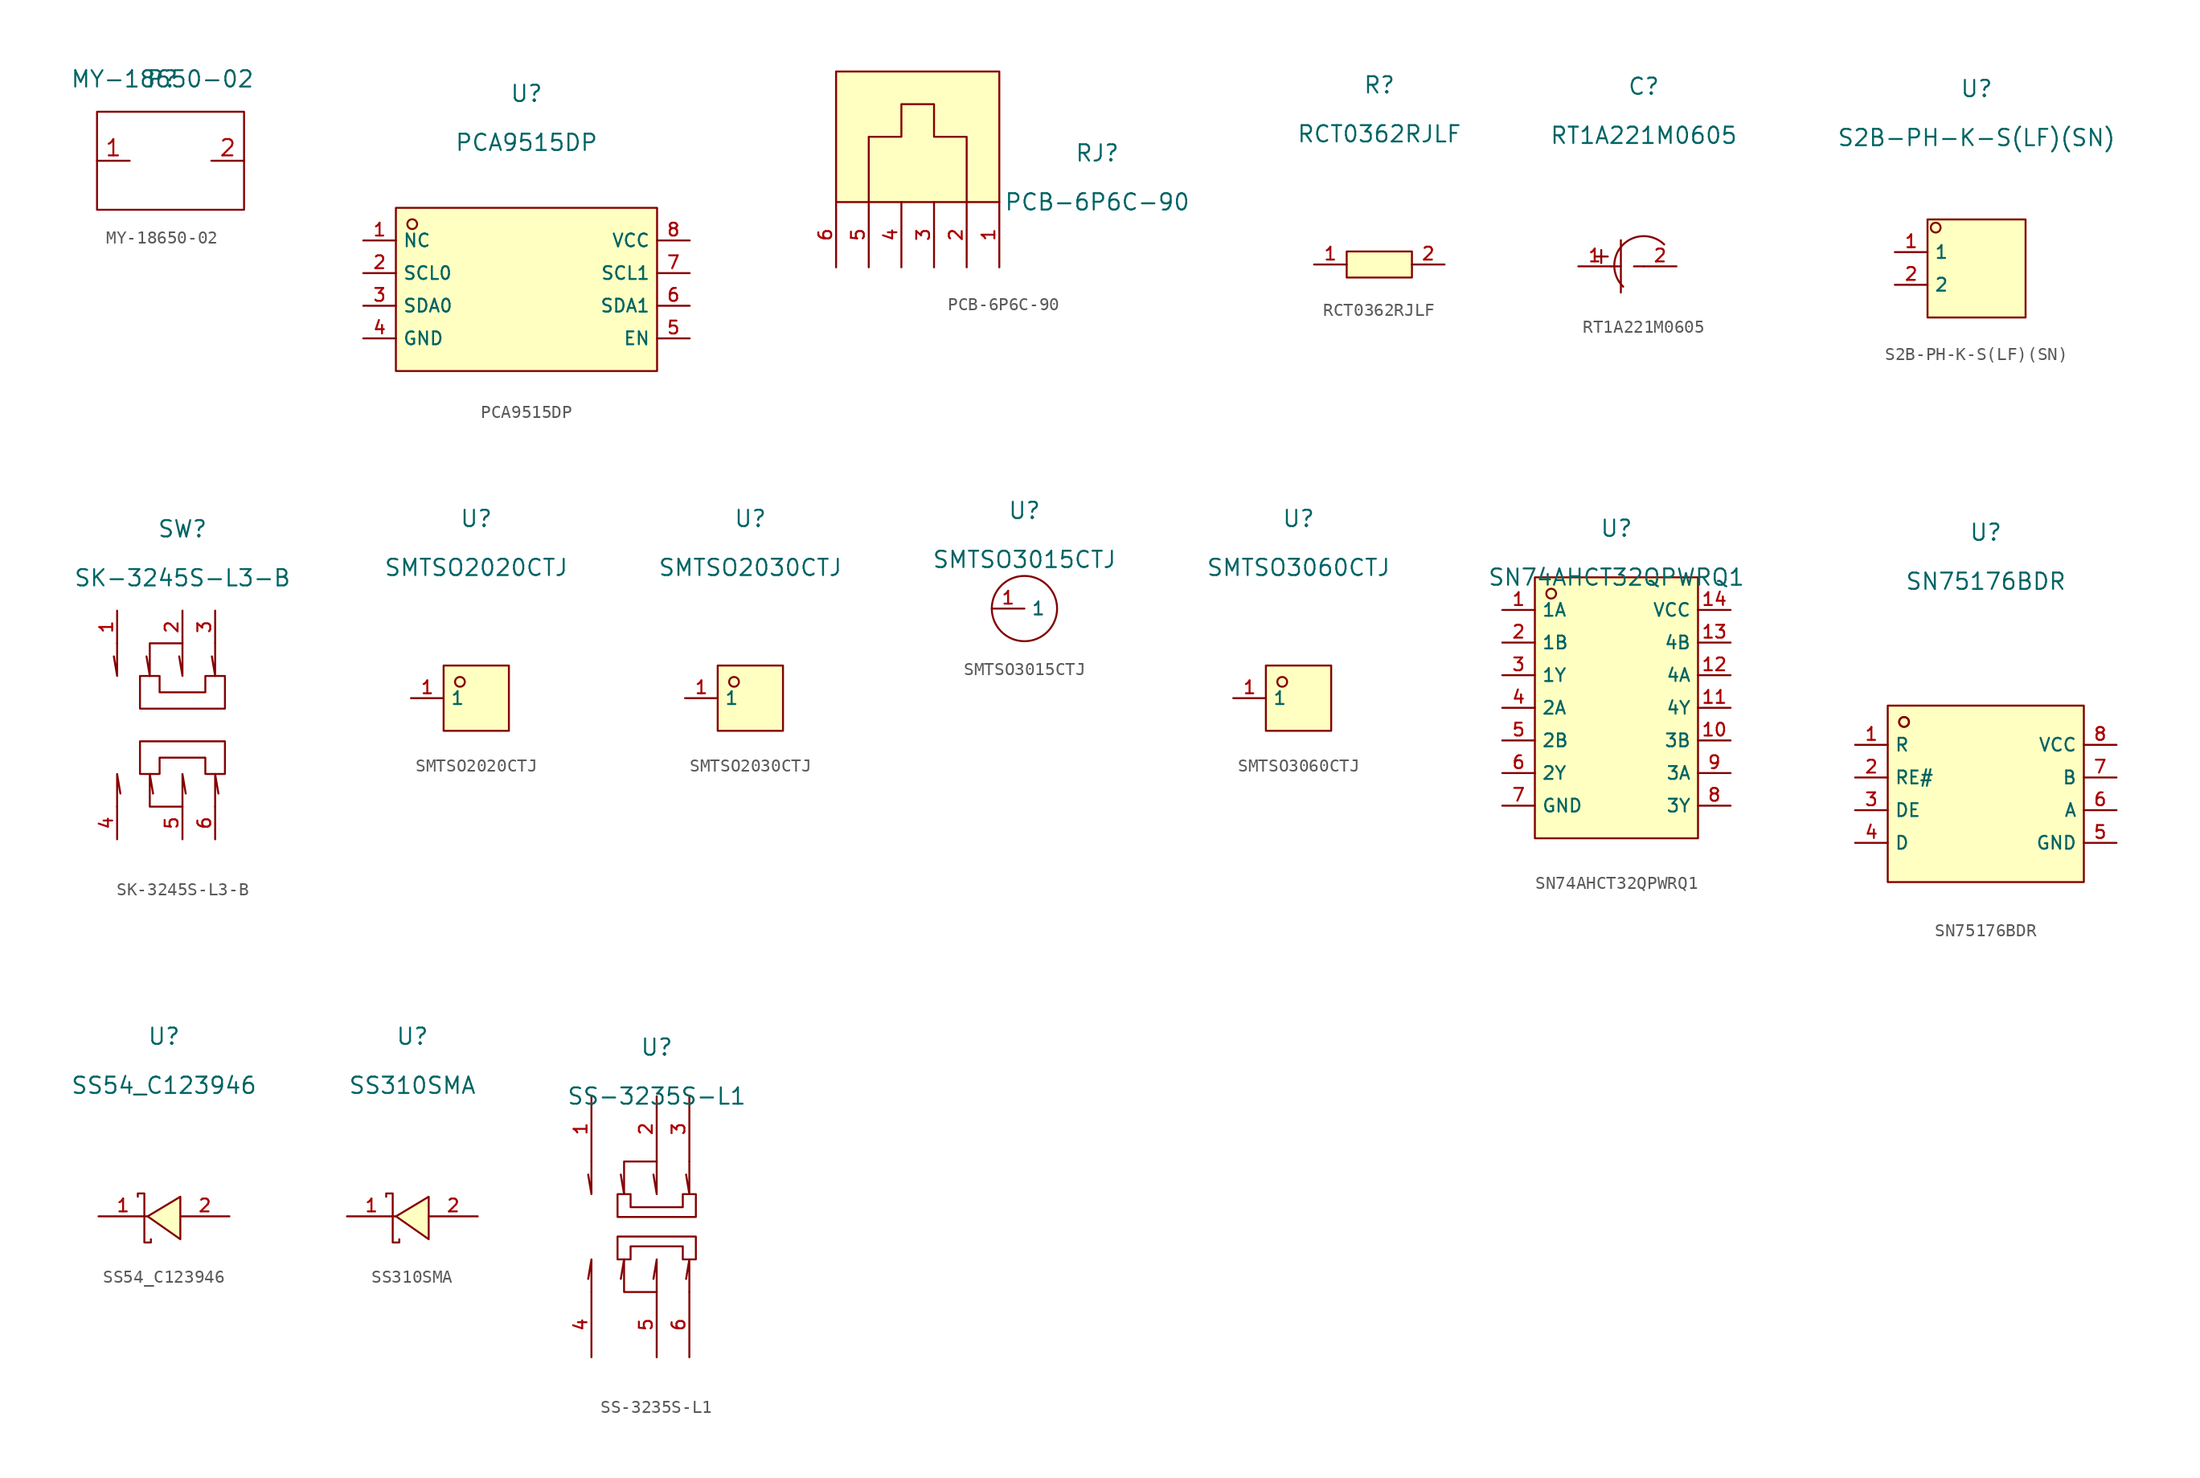
<source format=kicad_sym>
(kicad_symbol_lib
  (version 20211014)
  (generator kicad_symbol_editor)
  (symbol "MY-18650-02"
    (property "Reference" "P"
      (at 0 0 0)
      (effects (font (size 1.27 1.27))))
    (property "Value" "MY-18650-02"
      (at 0 0 0)
      (effects (font (size 1.27 1.27))))
    (symbol "MY-18650-02_0_1"
      (rectangle (start -5.08 -2.54) (end 6.35 -10.16) (stroke (width 0.152) (type default) (color 0 0 0 0)) (fill (type none))))
    (symbol "MY-18650-02_1_1"
      (pin bidirectional line (at -5.08 -6.35 0) (length 2.54) (name "" (effects (font (size 1.27 1.27)))) (number "1" (effects (font (size 1.27 1.27)))))
      (pin bidirectional line (at 6.35 -6.35 180) (length 2.54) (name "" (effects (font (size 1.27 1.27)))) (number "2" (effects (font (size 1.27 1.27)))))))
  (symbol "PCA9515DP"
    (property "Reference" "U"
      (at 0 1.27 0)
      (effects (font (size 1.27 1.27))))
    (property "Value" "PCA9515DP"
      (at 0 -2.54 0)
      (effects (font (size 1.27 1.27))))
    (symbol "PCA9515DP_0_0"
      (rectangle (start -10.16 -7.62) (end 10.16 -20.32) (stroke (width 0) (type default) (color 0 0 0 0)) (fill (type background)))
      (circle (center -8.89 -8.89) (radius 0.381) (stroke (width 0) (type default) (color 0 0 0 0)) (fill (type background)))
      (pin unspecified line (at -12.7 -10.16 0) (length 2.54) (name "NC" (effects (font (size 1 1)))) (number "1" (effects (font (size 1 1)))))
      (pin unspecified line (at -12.7 -12.7 0) (length 2.54) (name "SCL0" (effects (font (size 1 1)))) (number "2" (effects (font (size 1 1)))))
      (pin unspecified line (at -12.7 -15.24 0) (length 2.54) (name "SDA0" (effects (font (size 1 1)))) (number "3" (effects (font (size 1 1)))))
      (pin unspecified line (at -12.7 -17.78 0) (length 2.54) (name "GND" (effects (font (size 1 1)))) (number "4" (effects (font (size 1 1)))))
      (pin unspecified line (at 12.7 -17.78 180) (length 2.54) (name "EN" (effects (font (size 1 1)))) (number "5" (effects (font (size 1 1)))))
      (pin unspecified line (at 12.7 -15.24 180) (length 2.54) (name "SDA1" (effects (font (size 1 1)))) (number "6" (effects (font (size 1 1)))))
      (pin unspecified line (at 12.7 -12.7 180) (length 2.54) (name "SCL1" (effects (font (size 1 1)))) (number "7" (effects (font (size 1 1)))))
      (pin unspecified line (at 12.7 -10.16 180) (length 2.54) (name "VCC" (effects (font (size 1 1)))) (number "8" (effects (font (size 1 1)))))))
  (symbol "PCB-6P6C-90"
    (pin_names hide)
    (property "Reference" "RJ"
      (at 0 1.27 0)
      (effects (font (size 1.27 1.27))))
    (property "Value" "PCB-6P6C-90"
      (at 0 -2.54 0)
      (effects (font (size 1.27 1.27))))
    (symbol "PCB-6P6C-90_0_0"
      (rectangle (start -20.32 7.62) (end -7.62 -2.54) (stroke (width 0) (type default) (color 0 0 0 0)) (fill (type background)))
      (polyline (pts (xy -10.16 -2.54) (xy -10.16 2.54) (xy -12.7 2.54) (xy -12.7 5.08) (xy -15.24 5.08) (xy -15.24 2.54) (xy -17.78 2.54) (xy -17.78 0) (xy -17.78 -2.54)) (stroke (width 0) (type default) (color 0 0 0 0)) (fill (type none)))
      (pin unspecified line (at -7.62 -7.62 90) (length 5.08) (name "1" (effects (font (size 1 1)))) (number "1" (effects (font (size 1 1)))))
      (pin unspecified line (at -10.16 -7.62 90) (length 5.08) (name "2" (effects (font (size 1 1)))) (number "2" (effects (font (size 1 1)))))
      (pin unspecified line (at -12.7 -7.62 90) (length 5.08) (name "3" (effects (font (size 1 1)))) (number "3" (effects (font (size 1 1)))))
      (pin unspecified line (at -15.24 -7.62 90) (length 5.08) (name "4" (effects (font (size 1 1)))) (number "4" (effects (font (size 1 1)))))
      (pin unspecified line (at -17.78 -7.62 90) (length 5.08) (name "5" (effects (font (size 1 1)))) (number "5" (effects (font (size 1 1)))))
      (pin unspecified line (at -20.32 -7.62 90) (length 5.08) (name "6" (effects (font (size 1 1)))) (number "6" (effects (font (size 1 1)))))))
  (symbol "RCT0362RJLF"
    (pin_names hide)
    (property "Reference" "R"
      (at 0 1.27 0)
      (effects (font (size 1.27 1.27))))
    (property "Value" "RCT0362RJLF"
      (at 0 -2.54 0)
      (effects (font (size 1.27 1.27))))
    (symbol "RCT0362RJLF_0_0"
      (rectangle (start -2.54 -11.684) (end 2.54 -13.716) (stroke (width 0) (type default) (color 0 0 0 0)) (fill (type background)))
      (pin unspecified line (at -5.08 -12.7 0) (length 2.54) (name "1" (effects (font (size 1 1)))) (number "1" (effects (font (size 1 1)))))
      (pin unspecified line (at 5.08 -12.7 180) (length 2.54) (name "2" (effects (font (size 1 1)))) (number "2" (effects (font (size 1 1)))))))
  (symbol "RT1A221M0605"
    (pin_names hide)
    (property "Reference" "C"
      (at 0 1.27 0)
      (effects (font (size 1.27 1.27))))
    (property "Value" "RT1A221M0605"
      (at 0 -2.54 0)
      (effects (font (size 1.27 1.27))))
    (symbol "RT1A221M0605_0_0"
      (polyline (pts (xy -3.81 -11.938) (xy -2.794 -11.938)) (stroke (width 0) (type default) (color 0 0 0 0)) (fill (type none)))
      (polyline (pts (xy -3.302 -11.43) (xy -3.302 -12.446)) (stroke (width 0) (type default) (color 0 0 0 0)) (fill (type none)))
      (polyline (pts (xy -2.54 -12.7) (xy -1.778 -12.7)) (stroke (width 0) (type default) (color 0 0 0 0)) (fill (type none)))
      (polyline (pts (xy -1.778 -10.668) (xy -1.778 -14.732)) (stroke (width 0) (type default) (color 0 0 0 0)) (fill (type none)))
      (polyline (pts (xy -0.762 -12.7) (xy 0 -12.7)) (stroke (width 0) (type default) (color 0 0 0 0)) (fill (type none)))
      (arc (start 1.5865 -10.9977) (mid -1.646 -11.0494) (end -1.5944 -14.2819) (stroke (width 0) (type default) (color 0 0 0 0)) (fill (type none)))
      (pin input line (at -5.08 -12.7 0) (length 2.54) (name "1" (effects (font (size 1 1)))) (number "1" (effects (font (size 1 1)))))
      (pin input line (at 2.54 -12.7 180) (length 2.54) (name "2" (effects (font (size 1 1)))) (number "2" (effects (font (size 1 1)))))))
  (symbol "S2B-PH-K-S(LF)(SN)"
    (property "Reference" "U"
      (at 0 1.27 0)
      (effects (font (size 1.27 1.27))))
    (property "Value" "S2B-PH-K-S(LF)(SN)"
      (at 0 -2.54 0)
      (effects (font (size 1.27 1.27))))
    (symbol "S2B-PH-K-S(LF)(SN)_0_0"
      (rectangle (start -3.81 -8.89) (end 3.81 -16.51) (stroke (width 0) (type default) (color 0 0 0 0)) (fill (type background)))
      (circle (center -3.175 -9.525) (radius 0.381) (stroke (width 0) (type default) (color 0 0 0 0)) (fill (type background)))
      (pin unspecified line (at -6.35 -11.43 0) (length 2.54) (name "1" (effects (font (size 1 1)))) (number "1" (effects (font (size 1 1)))))
      (pin unspecified line (at -6.35 -13.97 0) (length 2.54) (name "2" (effects (font (size 1 1)))) (number "2" (effects (font (size 1 1)))))))
  (symbol "SK-3245S-L3-B"
    (pin_names hide)
    (property "Reference" "SW"
      (at 0 1.27 0)
      (effects (font (size 1.27 1.27))))
    (property "Value" "SK-3245S-L3-B"
      (at 0 -2.54 0)
      (effects (font (size 1.27 1.27))))
    (symbol "SK-3245S-L3-B_0_0"
      (polyline (pts (xy -5.08 -20.32) (xy -5.08 -17.78) (xy -4.826 -19.304)) (stroke (width 0) (type default) (color 0 0 0 0)) (fill (type none)))
      (polyline (pts (xy -5.08 -7.62) (xy -5.08 -10.16) (xy -5.334 -8.636)) (stroke (width 0) (type default) (color 0 0 0 0)) (fill (type none)))
      (polyline (pts (xy 0 -20.32) (xy 0 -17.78) (xy 0.254 -19.304)) (stroke (width 0) (type default) (color 0 0 0 0)) (fill (type none)))
      (polyline (pts (xy 0 -7.62) (xy 0 -10.16) (xy -0.254 -8.636)) (stroke (width 0) (type default) (color 0 0 0 0)) (fill (type none)))
      (polyline (pts (xy 2.54 -20.32) (xy 2.54 -17.78) (xy 2.794 -19.304)) (stroke (width 0) (type default) (color 0 0 0 0)) (fill (type none)))
      (polyline (pts (xy 2.54 -7.62) (xy 2.54 -10.16) (xy 2.286 -8.636)) (stroke (width 0) (type default) (color 0 0 0 0)) (fill (type none)))
      (polyline (pts (xy 0 -20.32) (xy -2.54 -20.32) (xy -2.54 -17.78) (xy -2.286 -19.304)) (stroke (width 0) (type default) (color 0 0 0 0)) (fill (type none)))
      (polyline (pts (xy 0 -7.62) (xy -2.54 -7.62) (xy -2.54 -10.16) (xy -2.794 -8.636)) (stroke (width 0) (type default) (color 0 0 0 0)) (fill (type none)))
      (polyline (pts (xy -3.302 -11.43) (xy -3.302 -10.16) (xy -1.778 -10.16) (xy -1.778 -11.43) (xy 1.778 -11.43) (xy 1.778 -10.16) (xy 3.302 -10.16) (xy 3.302 -12.7) (xy -3.302 -12.7) (xy -3.302 -11.43)) (stroke (width 0) (type default) (color 0 0 0 0)) (fill (type none)))
      (polyline (pts (xy 3.302 -16.51) (xy 3.302 -17.78) (xy 1.778 -17.78) (xy 1.778 -16.51) (xy -1.778 -16.51) (xy -1.778 -17.78) (xy -3.302 -17.78) (xy -3.302 -15.24) (xy 3.302 -15.24) (xy 3.302 -16.51)) (stroke (width 0) (type default) (color 0 0 0 0)) (fill (type none)))
      (pin unspecified line (at -5.08 -5.08 270) (length 2.54) (name "1" (effects (font (size 1 1)))) (number "1" (effects (font (size 1 1)))))
      (pin unspecified line (at 0 -5.08 270) (length 2.54) (name "2" (effects (font (size 1 1)))) (number "2" (effects (font (size 1 1)))))
      (pin unspecified line (at 2.54 -5.08 270) (length 2.54) (name "3" (effects (font (size 1 1)))) (number "3" (effects (font (size 1 1)))))
      (pin unspecified line (at -5.08 -22.86 90) (length 2.54) (name "4" (effects (font (size 1 1)))) (number "4" (effects (font (size 1 1)))))
      (pin unspecified line (at 0 -22.86 90) (length 2.54) (name "5" (effects (font (size 1 1)))) (number "5" (effects (font (size 1 1)))))
      (pin unspecified line (at 2.54 -22.86 90) (length 2.54) (name "6" (effects (font (size 1 1)))) (number "6" (effects (font (size 1 1)))))))
  (symbol "SMTSO2020CTJ"
    (property "Reference" "U"
      (at 0 1.27 0)
      (effects (font (size 1.27 1.27))))
    (property "Value" "SMTSO2020CTJ"
      (at 0 -2.54 0)
      (effects (font (size 1.27 1.27))))
    (symbol "SMTSO2020CTJ_0_0"
      (rectangle (start -2.54 -10.16) (end 2.54 -15.24) (stroke (width 0) (type default) (color 0 0 0 0)) (fill (type background)))
      (circle (center -1.27 -11.43) (radius 0.381) (stroke (width 0) (type default) (color 0 0 0 0)) (fill (type background)))
      (pin unspecified line (at -5.08 -12.7 0) (length 2.54) (name "1" (effects (font (size 1 1)))) (number "1" (effects (font (size 1 1)))))))
  (symbol "SMTSO2030CTJ"
    (property "Reference" "U"
      (at 0 1.27 0)
      (effects (font (size 1.27 1.27))))
    (property "Value" "SMTSO2030CTJ"
      (at 0 -2.54 0)
      (effects (font (size 1.27 1.27))))
    (symbol "SMTSO2030CTJ_0_0"
      (rectangle (start -2.54 -10.16) (end 2.54 -15.24) (stroke (width 0) (type default) (color 0 0 0 0)) (fill (type background)))
      (circle (center -1.27 -11.43) (radius 0.381) (stroke (width 0) (type default) (color 0 0 0 0)) (fill (type background)))
      (pin unspecified line (at -5.08 -12.7 0) (length 2.54) (name "1" (effects (font (size 1 1)))) (number "1" (effects (font (size 1 1)))))))
  (symbol "SMTSO3015CTJ"
    (property "Reference" "U"
      (at 0 1.27 0)
      (effects (font (size 1.27 1.27))))
    (property "Value" "SMTSO3015CTJ"
      (at 0 -2.54 0)
      (effects (font (size 1.27 1.27))))
    (symbol "SMTSO3015CTJ_0_0"
      (pin unspecified line (at -2.54 -6.35 0) (length 2.54) (name "1" (effects (font (size 1 1)))) (number "1" (effects (font (size 1 1))))))
    (symbol "SMTSO3015CTJ_0_1"
      (circle (center 0 -6.35) (radius 2.54) (stroke (width 0.152) (type default) (color 0 0 0 0)) (fill (type none)))))
  (symbol "SMTSO3060CTJ"
    (property "Reference" "U"
      (at 0 1.27 0)
      (effects (font (size 1.27 1.27))))
    (property "Value" "SMTSO3060CTJ"
      (at 0 -2.54 0)
      (effects (font (size 1.27 1.27))))
    (symbol "SMTSO3060CTJ_0_0"
      (rectangle (start -2.54 -10.16) (end 2.54 -15.24) (stroke (width 0) (type default) (color 0 0 0 0)) (fill (type background)))
      (circle (center -1.27 -11.43) (radius 0.381) (stroke (width 0) (type default) (color 0 0 0 0)) (fill (type background)))
      (pin unspecified line (at -5.08 -12.7 0) (length 2.54) (name "1" (effects (font (size 1 1)))) (number "1" (effects (font (size 1 1)))))))
  (symbol "SN74AHCT32QPWRQ1"
    (property "Reference" "U"
      (at 0 1.27 0)
      (effects (font (size 1.27 1.27))))
    (property "Value" "SN74AHCT32QPWRQ1"
      (at 0 -2.54 0)
      (effects (font (size 1.27 1.27))))
    (symbol "SN74AHCT32QPWRQ1_0_0"
      (rectangle (start -6.35 -2.54) (end 6.35 -22.86) (stroke (width 0) (type default) (color 0 0 0 0)) (fill (type background)))
      (circle (center -5.08 -3.81) (radius 0.381) (stroke (width 0) (type default) (color 0 0 0 0)) (fill (type background)))
      (pin unspecified line (at -8.89 -5.08 0) (length 2.54) (name "1A" (effects (font (size 1 1)))) (number "1" (effects (font (size 1 1)))))
      (pin unspecified line (at 8.89 -15.24 180) (length 2.54) (name "3B" (effects (font (size 1 1)))) (number "10" (effects (font (size 1 1)))))
      (pin unspecified line (at 8.89 -12.7 180) (length 2.54) (name "4Y" (effects (font (size 1 1)))) (number "11" (effects (font (size 1 1)))))
      (pin unspecified line (at 8.89 -10.16 180) (length 2.54) (name "4A" (effects (font (size 1 1)))) (number "12" (effects (font (size 1 1)))))
      (pin unspecified line (at 8.89 -7.62 180) (length 2.54) (name "4B" (effects (font (size 1 1)))) (number "13" (effects (font (size 1 1)))))
      (pin unspecified line (at 8.89 -5.08 180) (length 2.54) (name "VCC" (effects (font (size 1 1)))) (number "14" (effects (font (size 1 1)))))
      (pin unspecified line (at -8.89 -7.62 0) (length 2.54) (name "1B" (effects (font (size 1 1)))) (number "2" (effects (font (size 1 1)))))
      (pin unspecified line (at -8.89 -10.16 0) (length 2.54) (name "1Y" (effects (font (size 1 1)))) (number "3" (effects (font (size 1 1)))))
      (pin unspecified line (at -8.89 -12.7 0) (length 2.54) (name "2A" (effects (font (size 1 1)))) (number "4" (effects (font (size 1 1)))))
      (pin unspecified line (at -8.89 -15.24 0) (length 2.54) (name "2B" (effects (font (size 1 1)))) (number "5" (effects (font (size 1 1)))))
      (pin unspecified line (at -8.89 -17.78 0) (length 2.54) (name "2Y" (effects (font (size 1 1)))) (number "6" (effects (font (size 1 1)))))
      (pin unspecified line (at -8.89 -20.32 0) (length 2.54) (name "GND" (effects (font (size 1 1)))) (number "7" (effects (font (size 1 1)))))
      (pin unspecified line (at 8.89 -20.32 180) (length 2.54) (name "3Y" (effects (font (size 1 1)))) (number "8" (effects (font (size 1 1)))))
      (pin unspecified line (at 8.89 -17.78 180) (length 2.54) (name "3A" (effects (font (size 1 1)))) (number "9" (effects (font (size 1 1)))))))
  (symbol "SN75176BDR"
    (property "Reference" "U"
      (at 0 1.27 0)
      (effects (font (size 1.27 1.27))))
    (property "Value" "SN75176BDR"
      (at 0 -2.54 0)
      (effects (font (size 1.27 1.27))))
    (symbol "SN75176BDR_0_0"
      (rectangle (start -7.62 -12.192) (end 7.62 -25.908) (stroke (width 0) (type default) (color 0 0 0 0)) (fill (type background)))
      (circle (center -6.35 -13.462) (radius 0.381) (stroke (width 0) (type default) (color 0 0 0 0)) (fill (type background)))
      (circle (center -6.35 -13.462) (radius 0.381) (stroke (width 0) (type default) (color 0 0 0 0)) (fill (type background)))
      (pin unspecified line (at -10.16 -15.24 0) (length 2.54) (name "R" (effects (font (size 1 1)))) (number "1" (effects (font (size 1 1)))))
      (pin unspecified line (at -10.16 -17.78 0) (length 2.54) (name "RE#" (effects (font (size 1 1)))) (number "2" (effects (font (size 1 1)))))
      (pin unspecified line (at -10.16 -20.32 0) (length 2.54) (name "DE" (effects (font (size 1 1)))) (number "3" (effects (font (size 1 1)))))
      (pin unspecified line (at -10.16 -22.86 0) (length 2.54) (name "D" (effects (font (size 1 1)))) (number "4" (effects (font (size 1 1)))))
      (pin unspecified line (at 10.16 -22.86 180) (length 2.54) (name "GND" (effects (font (size 1 1)))) (number "5" (effects (font (size 1 1)))))
      (pin unspecified line (at 10.16 -20.32 180) (length 2.54) (name "A" (effects (font (size 1 1)))) (number "6" (effects (font (size 1 1)))))
      (pin unspecified line (at 10.16 -17.78 180) (length 2.54) (name "B" (effects (font (size 1 1)))) (number "7" (effects (font (size 1 1)))))
      (pin unspecified line (at 10.16 -15.24 180) (length 2.54) (name "VCC" (effects (font (size 1 1)))) (number "8" (effects (font (size 1 1)))))))
  (symbol "SS54_C123946"
    (pin_names hide)
    (property "Reference" "U"
      (at 0 1.27 0)
      (effects (font (size 1.27 1.27))))
    (property "Value" "SS54_C123946"
      (at 0 -2.54 0)
      (effects (font (size 1.27 1.27))))
    (symbol "SS54_C123946_0_0"
      (polyline (pts (xy 1.27 -11.176) (xy -1.27 -12.7) (xy 1.27 -14.478) (xy 1.27 -11.176)) (stroke (width 0) (type default) (color 0 0 0 0)) (fill (type background)))
      (polyline (pts (xy -2.032 -11.176) (xy -2.032 -10.922) (xy -1.524 -10.922) (xy -1.524 -14.732) (xy -1.016 -14.732) (xy -1.016 -14.478)) (stroke (width 0) (type default) (color 0 0 0 0)) (fill (type none)))
      (pin unspecified line (at -5.08 -12.7 0) (length 3.81) (name "K" (effects (font (size 1 1)))) (number "1" (effects (font (size 1 1)))))
      (pin unspecified line (at 5.08 -12.7 180) (length 3.81) (name "A" (effects (font (size 1 1)))) (number "2" (effects (font (size 1 1)))))))
  (symbol "SS310SMA"
    (pin_names hide)
    (property "Reference" "U"
      (at 0 1.27 0)
      (effects (font (size 1.27 1.27))))
    (property "Value" "SS310SMA"
      (at 0 -2.54 0)
      (effects (font (size 1.27 1.27))))
    (symbol "SS310SMA_0_0"
      (polyline (pts (xy 1.27 -11.176) (xy -1.27 -12.7) (xy 1.27 -14.478) (xy 1.27 -11.176)) (stroke (width 0) (type default) (color 0 0 0 0)) (fill (type background)))
      (polyline (pts (xy -2.032 -11.176) (xy -2.032 -10.922) (xy -1.524 -10.922) (xy -1.524 -14.732) (xy -1.016 -14.732) (xy -1.016 -14.478)) (stroke (width 0) (type default) (color 0 0 0 0)) (fill (type none)))
      (pin unspecified line (at -5.08 -12.7 0) (length 3.81) (name "K" (effects (font (size 1 1)))) (number "1" (effects (font (size 1 1)))))
      (pin unspecified line (at 5.08 -12.7 180) (length 3.81) (name "A" (effects (font (size 1 1)))) (number "2" (effects (font (size 1 1)))))))
  (symbol "SS-3235S-L1"
    (pin_names hide)
    (property "Reference" "U"
      (at 0 1.27 0)
      (effects (font (size 1.27 1.27))))
    (property "Value" "SS-3235S-L1"
      (at 0 -2.54 0)
      (effects (font (size 1.27 1.27))))
    (symbol "SS-3235S-L1_0_0"
      (polyline (pts (xy -2.54 -15.24) (xy -2.794 -16.764)) (stroke (width 0) (type default) (color 0 0 0 0)) (fill (type none)))
      (polyline (pts (xy -2.54 -10.16) (xy -2.794 -8.636)) (stroke (width 0) (type default) (color 0 0 0 0)) (fill (type none)))
      (polyline (pts (xy -5.08 -17.78) (xy -5.08 -15.24) (xy -5.334 -16.764)) (stroke (width 0) (type default) (color 0 0 0 0)) (fill (type none)))
      (polyline (pts (xy -5.08 -7.62) (xy -5.08 -10.16) (xy -5.334 -8.636)) (stroke (width 0) (type default) (color 0 0 0 0)) (fill (type none)))
      (polyline (pts (xy 0 -17.78) (xy -2.54 -17.78) (xy -2.54 -15.24)) (stroke (width 0) (type default) (color 0 0 0 0)) (fill (type none)))
      (polyline (pts (xy 0 -17.78) (xy 0 -15.24) (xy -0.254 -16.764)) (stroke (width 0) (type default) (color 0 0 0 0)) (fill (type none)))
      (polyline (pts (xy 0 -7.62) (xy -2.54 -7.62) (xy -2.54 -10.16)) (stroke (width 0) (type default) (color 0 0 0 0)) (fill (type none)))
      (polyline (pts (xy 0 -7.62) (xy 0 -10.16) (xy -0.254 -8.636)) (stroke (width 0) (type default) (color 0 0 0 0)) (fill (type none)))
      (polyline (pts (xy 2.54 -17.78) (xy 2.54 -15.24) (xy 2.286 -16.764)) (stroke (width 0) (type default) (color 0 0 0 0)) (fill (type none)))
      (polyline (pts (xy 2.54 -7.62) (xy 2.54 -10.16) (xy 2.286 -8.636)) (stroke (width 0) (type default) (color 0 0 0 0)) (fill (type none)))
      (polyline (pts (xy -3.048 -15.24) (xy -3.048 -13.462) (xy 3.048 -13.462) (xy 3.048 -15.24) (xy 2.032 -15.24) (xy 2.032 -14.224) (xy -2.032 -14.224) (xy -2.032 -15.24) (xy -3.048 -15.24)) (stroke (width 0) (type default) (color 0 0 0 0)) (fill (type none)))
      (polyline (pts (xy -3.048 -10.16) (xy -3.048 -11.938) (xy 3.048 -11.938) (xy 3.048 -10.16) (xy 2.032 -10.16) (xy 2.032 -11.176) (xy -2.032 -11.176) (xy -2.032 -10.16) (xy -3.048 -10.16)) (stroke (width 0) (type default) (color 0 0 0 0)) (fill (type none)))
      (pin unspecified line (at -5.08 -2.54 270) (length 5.08) (name "1" (effects (font (size 1 1)))) (number "1" (effects (font (size 1 1)))))
      (pin unspecified line (at 0 -2.54 270) (length 5.08) (name "2" (effects (font (size 1 1)))) (number "2" (effects (font (size 1 1)))))
      (pin unspecified line (at 2.54 -2.54 270) (length 5.08) (name "3" (effects (font (size 1 1)))) (number "3" (effects (font (size 1 1)))))
      (pin unspecified line (at -5.08 -22.86 90) (length 5.08) (name "4" (effects (font (size 1 1)))) (number "4" (effects (font (size 1 1)))))
      (pin unspecified line (at 0 -22.86 90) (length 5.08) (name "5" (effects (font (size 1 1)))) (number "5" (effects (font (size 1 1)))))
      (pin unspecified line (at 2.54 -22.86 90) (length 5.08) (name "6" (effects (font (size 1 1)))) (number "6" (effects (font (size 1 1))))))))
</source>
